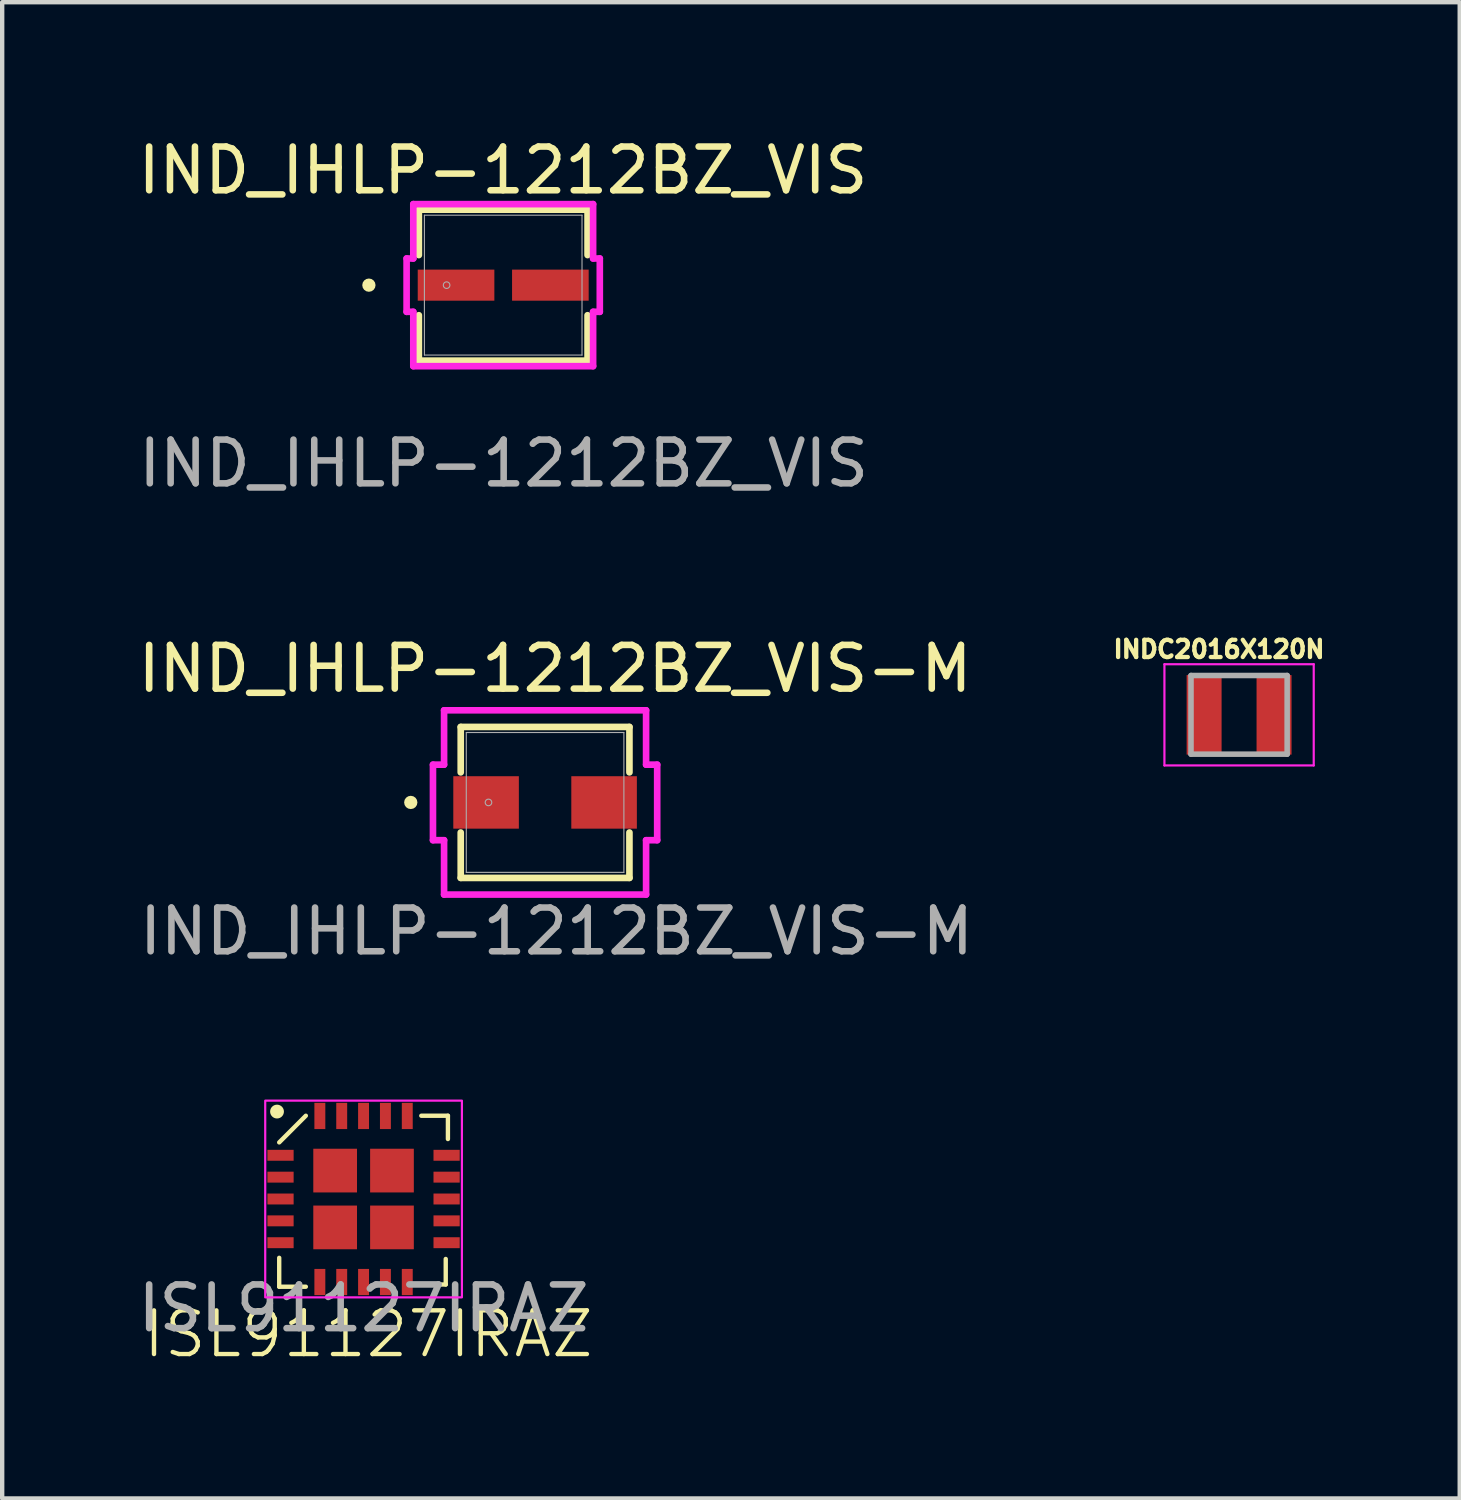
<source format=kicad_pcb>
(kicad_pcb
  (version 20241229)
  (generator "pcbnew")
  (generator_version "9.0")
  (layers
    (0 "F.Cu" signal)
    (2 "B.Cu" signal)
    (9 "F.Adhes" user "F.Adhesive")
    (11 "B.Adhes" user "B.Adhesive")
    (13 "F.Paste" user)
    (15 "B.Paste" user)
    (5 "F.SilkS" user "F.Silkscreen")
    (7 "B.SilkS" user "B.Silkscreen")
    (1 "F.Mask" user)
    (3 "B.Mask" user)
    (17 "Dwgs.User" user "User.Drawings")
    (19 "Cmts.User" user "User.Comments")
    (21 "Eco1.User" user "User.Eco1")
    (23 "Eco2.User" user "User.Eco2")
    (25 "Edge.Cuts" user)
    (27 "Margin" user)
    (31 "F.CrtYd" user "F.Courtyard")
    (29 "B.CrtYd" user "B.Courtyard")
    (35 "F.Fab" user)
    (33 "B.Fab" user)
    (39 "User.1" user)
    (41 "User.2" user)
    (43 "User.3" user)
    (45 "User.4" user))
  (footprint "ISL91127IRAZ"
    (layer "F.Cu")
    (at 5.268 24.382)
    (property "Reference" "ISL91127IRAZ" (at 0.11 3.09 0) (unlocked yes) (layer "F.SilkS") (effects (font (size 1 1) (thickness 0.1))))
    (attr smd)
    (fp_rect (start -1.3 -1.3) (end 1.3 1.3) (stroke (width 0.1) (type solid)) (fill yes) (layer "F.Mask"))
    (fp_line (start -1.93 -1.295) (end -1.321 -1.905) (stroke (width 0.1) (type solid)) (layer "F.SilkS"))
    (fp_line (start -1.93 1.346) (end -1.93 2.007) (stroke (width 0.1) (type solid)) (layer "F.SilkS"))
    (fp_line (start -1.93 2.007) (end -1.321 2.007) (stroke (width 0.1) (type solid)) (layer "F.SilkS"))
    (fp_line (start 1.295 1.956) (end 1.88 1.956) (stroke (width 0.1) (type solid)) (layer "F.SilkS"))
    (fp_line (start 1.321 -1.905) (end 1.93 -1.905) (stroke (width 0.1) (type solid)) (layer "F.SilkS"))
    (fp_line (start 1.88 1.956) (end 1.88 1.372) (stroke (width 0.1) (type solid)) (layer "F.SilkS"))
    (fp_line (start 1.93 -1.905) (end 1.93 -1.372) (stroke (width 0.1) (type solid)) (layer "F.SilkS"))
    (fp_circle (center -1.98 -2) (end -1.872 -2) (stroke (width 0.1) (type solid)) (fill yes) (layer "F.SilkS"))
    (fp_rect (start -2.25 -2.25) (end 2.25 2.25) (stroke (width 0.05) (type default)) (fill no) (layer "F.CrtYd"))
    (fp_text user "${REFERENCE}" (at 0 2.5 0) (unlocked yes) (layer "F.Fab") (effects (font (size 1 1) (thickness 0.15))))
    (pad "1" smd rect (at -1.9 -1) (size 0.6 0.25) (layers "F.Cu" "F.Mask" "F.Paste"))
    (pad "2" smd rect (at -1.9 -0.5) (size 0.6 0.25) (layers "F.Cu" "F.Mask" "F.Paste"))
    (pad "3" smd rect (at -1.9 0) (size 0.6 0.25) (layers "F.Cu" "F.Mask" "F.Paste"))
    (pad "4" smd rect (at -1.9 0.5) (size 0.6 0.25) (layers "F.Cu" "F.Mask" "F.Paste"))
    (pad "5" smd rect (at -1.9 1) (size 0.6 0.25) (layers "F.Cu" "F.Mask" "F.Paste"))
    (pad "6" smd rect (at -1 1.9 90) (size 0.6 0.25) (layers "F.Cu" "F.Mask" "F.Paste"))
    (pad "7" smd rect (at -0.5 1.9 90) (size 0.6 0.25) (layers "F.Cu" "F.Mask" "F.Paste"))
    (pad "8" smd rect (at 0 1.9 90) (size 0.6 0.25) (layers "F.Cu" "F.Mask" "F.Paste"))
    (pad "9" smd rect (at 0.5 1.9 90) (size 0.6 0.25) (layers "F.Cu" "F.Mask" "F.Paste"))
    (pad "10" smd rect (at 1 1.9 90) (size 0.6 0.25) (layers "F.Cu" "F.Mask" "F.Paste"))
    (pad "11" smd rect (at 1.9 1) (size 0.6 0.25) (layers "F.Cu" "F.Mask" "F.Paste"))
    (pad "12" smd rect (at 1.9 0.5) (size 0.6 0.25) (layers "F.Cu" "F.Mask" "F.Paste"))
    (pad "13" smd rect (at 1.9 0) (size 0.6 0.25) (layers "F.Cu" "F.Mask" "F.Paste"))
    (pad "14" smd rect (at 1.9 -0.5) (size 0.6 0.25) (layers "F.Cu" "F.Mask" "F.Paste"))
    (pad "15" smd rect (at 1.9 -1) (size 0.6 0.25) (layers "F.Cu" "F.Mask" "F.Paste"))
    (pad "16" smd rect (at 1 -1.9 90) (size 0.6 0.25) (layers "F.Cu" "F.Mask" "F.Paste"))
    (pad "17" smd rect (at 0.5 -1.9 90) (size 0.6 0.25) (layers "F.Cu" "F.Mask" "F.Paste"))
    (pad "18" smd rect (at 0 -1.9 90) (size 0.6 0.25) (layers "F.Cu" "F.Mask" "F.Paste"))
    (pad "19" smd rect (at -0.5 -1.9 90) (size 0.6 0.25) (layers "F.Cu" "F.Mask" "F.Paste"))
    (pad "20" smd rect (at -1 -1.9 90) (size 0.6 0.25) (layers "F.Cu" "F.Mask" "F.Paste"))
    (pad "21" smd rect (at -0.65 -0.65) (size 1 1) (property pad_prop_heatsink) (layers "F.Cu" "F.Mask" "F.Paste"))
    (pad "21" smd rect (at -0.65 0.65) (size 1 1) (property pad_prop_heatsink) (layers "F.Cu" "F.Mask" "F.Paste"))
    (pad "21" smd rect (at 0.65 -0.65) (size 1 1) (property pad_prop_heatsink) (layers "F.Cu" "F.Mask" "F.Paste"))
    (pad "21" smd rect (at 0.65 0.65) (size 1 1) (property pad_prop_heatsink) (layers "F.Cu" "F.Mask" "F.Paste")))
  (footprint "IND_IHLP-1212BZ_VIS"
    (layer "F.Cu")
    (at 8.463 3.474)
    (property "Reference" "IND_IHLP-1212BZ_VIS" (at -0.005 -2.626 0) (unlocked yes) (layer "F.SilkS") (effects (font (size 1 1) (thickness 0.15))))
    (attr smd)
    (fp_line (start -1.93 -1.727) (end -1.93 -0.688) (stroke (width 0.152) (type solid)) (layer "F.SilkS"))
    (fp_line (start -1.93 0.688) (end -1.93 1.727) (stroke (width 0.152) (type solid)) (layer "F.SilkS"))
    (fp_line (start -1.93 1.727) (end 1.93 1.727) (stroke (width 0.152) (type solid)) (layer "F.SilkS"))
    (fp_line (start 1.93 -1.727) (end -1.93 -1.727) (stroke (width 0.152) (type solid)) (layer "F.SilkS"))
    (fp_line (start 1.93 -0.688) (end 1.93 -1.727) (stroke (width 0.152) (type solid)) (layer "F.SilkS"))
    (fp_line (start 1.93 1.727) (end 1.93 0.688) (stroke (width 0.152) (type solid)) (layer "F.SilkS"))
    (fp_circle (center -3.073 0) (end -2.997 0) (stroke (width 0.152) (type solid)) (fill no) (layer "F.SilkS"))
    (fp_line (start -2.21 -0.61) (end -2.057 -0.61) (stroke (width 0.152) (type solid)) (layer "F.CrtYd"))
    (fp_line (start -2.21 0.61) (end -2.21 -0.61) (stroke (width 0.152) (type solid)) (layer "F.CrtYd"))
    (fp_line (start -2.057 -1.854) (end 2.057 -1.854) (stroke (width 0.152) (type solid)) (layer "F.CrtYd"))
    (fp_line (start -2.057 -0.61) (end -2.057 -1.854) (stroke (width 0.152) (type solid)) (layer "F.CrtYd"))
    (fp_line (start -2.057 0.61) (end -2.21 0.61) (stroke (width 0.152) (type solid)) (layer "F.CrtYd"))
    (fp_line (start -2.057 1.854) (end -2.057 0.61) (stroke (width 0.152) (type solid)) (layer "F.CrtYd"))
    (fp_line (start 2.057 -1.854) (end 2.057 -0.61) (stroke (width 0.152) (type solid)) (layer "F.CrtYd"))
    (fp_line (start 2.057 -0.61) (end 2.21 -0.61) (stroke (width 0.152) (type solid)) (layer "F.CrtYd"))
    (fp_line (start 2.057 0.61) (end 2.057 1.854) (stroke (width 0.152) (type solid)) (layer "F.CrtYd"))
    (fp_line (start 2.057 1.854) (end -2.057 1.854) (stroke (width 0.152) (type solid)) (layer "F.CrtYd"))
    (fp_line (start 2.21 -0.61) (end 2.21 0.61) (stroke (width 0.152) (type solid)) (layer "F.CrtYd"))
    (fp_line (start 2.21 0.61) (end 2.057 0.61) (stroke (width 0.152) (type solid)) (layer "F.CrtYd"))
    (fp_line (start -1.803 -1.6) (end -1.803 1.6) (stroke (width 0.025) (type solid)) (layer "F.Fab"))
    (fp_line (start -1.803 1.6) (end 1.803 1.6) (stroke (width 0.025) (type solid)) (layer "F.Fab"))
    (fp_line (start 1.803 -1.6) (end -1.803 -1.6) (stroke (width 0.025) (type solid)) (layer "F.Fab"))
    (fp_line (start 1.803 1.6) (end 1.803 -1.6) (stroke (width 0.025) (type solid)) (layer "F.Fab"))
    (fp_circle (center -1.295 0) (end -1.219 0) (stroke (width 0.025) (type solid)) (fill no) (layer "F.Fab"))
    (fp_text user "${REFERENCE}" (at 0.01 4.079 0) (unlocked yes) (layer "F.Fab") (effects (font (size 1 1) (thickness 0.15))))
    (pad "1" smd rect (at -1.079 0 90) (size 0.711 1.753) (layers "F.Cu" "F.Mask" "F.Paste"))
    (pad "2" smd rect (at 1.079 0 90) (size 0.711 1.753) (layers "F.Cu" "F.Mask" "F.Paste"))
    (zone (net_name "") (layer "F.Cu") (hatch full 0.508) (connect_pads) (min_thickness 0.254) (filled_areas_thickness no) (keepout (tracks not_allowed) (vias not_allowed) (pads allowed) (copperpour not_allowed) (footprints allowed)) (placement (enabled no)) (fill) (polygon (pts (xy 6.711 1.925) (xy 10.216 1.925) (xy 10.216 3.068) (xy 6.711 3.068))))
    (zone (net_name "") (layer "F.Cu") (hatch full 0.508) (connect_pads) (min_thickness 0.254) (filled_areas_thickness no) (keepout (tracks not_allowed) (vias not_allowed) (pads allowed) (copperpour not_allowed) (footprints allowed)) (placement (enabled no)) (fill) (polygon (pts (xy 6.711 3.881) (xy 10.216 3.881) (xy 10.216 5.024) (xy 6.711 5.024))))
    (zone (net_name "") (layer "F.Cu") (hatch full 0.508) (connect_pads) (min_thickness 0.254) (filled_areas_thickness no) (keepout (tracks not_allowed) (vias not_allowed) (pads allowed) (copperpour not_allowed) (footprints allowed)) (placement (enabled no)) (fill) (polygon (pts (xy 8.311 3.068) (xy 8.616 3.068) (xy 8.616 3.881) (xy 8.311 3.881)))))
  (footprint "INDC2016X120N"
    (layer "F.Cu")
    (at 25.299 13.305)
    (property "Reference" "INDC2016X120N" (at -0.46 -1.5 0) (layer "F.SilkS") (effects (font (size 0.394 0.394) (thickness 0.15))))
    (attr smd)
    (fp_line (start -1.708 -1.158) (end 1.708 -1.158) (stroke (width 0.05) (type solid)) (layer "F.CrtYd"))
    (fp_line (start -1.708 1.158) (end -1.708 -1.158) (stroke (width 0.05) (type solid)) (layer "F.CrtYd"))
    (fp_line (start -1.708 1.158) (end 1.708 1.158) (stroke (width 0.05) (type solid)) (layer "F.CrtYd"))
    (fp_line (start 1.708 1.158) (end 1.708 -1.158) (stroke (width 0.05) (type solid)) (layer "F.CrtYd"))
    (fp_line (start -1.1 0.9) (end -1.1 -0.9) (stroke (width 0.127) (type solid)) (layer "F.Fab"))
    (fp_line (start 1.1 -0.9) (end -1.1 -0.9) (stroke (width 0.127) (type solid)) (layer "F.Fab"))
    (fp_line (start 1.1 0.9) (end -1.1 0.9) (stroke (width 0.127) (type solid)) (layer "F.Fab"))
    (fp_line (start 1.1 0.9) (end 1.1 -0.9) (stroke (width 0.127) (type solid)) (layer "F.Fab"))
    (pad "1" smd rect (at -0.8 0) (size 0.8 1.82) (layers "F.Cu" "F.Mask" "F.Paste"))
    (pad "2" smd rect (at 0.8 0) (size 0.8 1.82) (layers "F.Cu" "F.Mask" "F.Paste")))
  (footprint "IND_IHLP-1212BZ_VIS-M"
    (layer "F.Cu")
    (at 9.421 15.309)
    (property "Reference" "IND_IHLP-1212BZ_VIS-M" (at 0.228 -3.059 0) (unlocked yes) (layer "F.SilkS") (effects (font (size 1 1) (thickness 0.15))))
    (attr smd)
    (fp_line (start -1.93 -1.727) (end -1.93 -0.688) (stroke (width 0.152) (type solid)) (layer "F.SilkS"))
    (fp_line (start -1.93 0.688) (end -1.93 1.727) (stroke (width 0.152) (type solid)) (layer "F.SilkS"))
    (fp_line (start -1.93 1.727) (end 1.93 1.727) (stroke (width 0.152) (type solid)) (layer "F.SilkS"))
    (fp_line (start 1.93 -1.727) (end -1.93 -1.727) (stroke (width 0.152) (type solid)) (layer "F.SilkS"))
    (fp_line (start 1.93 -0.688) (end 1.93 -1.727) (stroke (width 0.152) (type solid)) (layer "F.SilkS"))
    (fp_line (start 1.93 1.727) (end 1.93 0.688) (stroke (width 0.152) (type solid)) (layer "F.SilkS"))
    (fp_circle (center -3.073 0) (end -2.997 0) (stroke (width 0.152) (type solid)) (fill no) (layer "F.SilkS"))
    (fp_line (start -2.565 -0.864) (end -2.311 -0.864) (stroke (width 0.152) (type solid)) (layer "F.CrtYd"))
    (fp_line (start -2.565 0.864) (end -2.565 -0.864) (stroke (width 0.152) (type solid)) (layer "F.CrtYd"))
    (fp_line (start -2.311 -2.108) (end 2.311 -2.108) (stroke (width 0.152) (type solid)) (layer "F.CrtYd"))
    (fp_line (start -2.311 -0.864) (end -2.311 -2.108) (stroke (width 0.152) (type solid)) (layer "F.CrtYd"))
    (fp_line (start -2.311 0.864) (end -2.565 0.864) (stroke (width 0.152) (type solid)) (layer "F.CrtYd"))
    (fp_line (start -2.311 2.108) (end -2.311 0.864) (stroke (width 0.152) (type solid)) (layer "F.CrtYd"))
    (fp_line (start 2.311 -2.108) (end 2.311 -0.864) (stroke (width 0.152) (type solid)) (layer "F.CrtYd"))
    (fp_line (start 2.311 -0.864) (end 2.565 -0.864) (stroke (width 0.152) (type solid)) (layer "F.CrtYd"))
    (fp_line (start 2.311 0.864) (end 2.311 2.108) (stroke (width 0.152) (type solid)) (layer "F.CrtYd"))
    (fp_line (start 2.311 2.108) (end -2.311 2.108) (stroke (width 0.152) (type solid)) (layer "F.CrtYd"))
    (fp_line (start 2.565 -0.864) (end 2.565 0.864) (stroke (width 0.152) (type solid)) (layer "F.CrtYd"))
    (fp_line (start 2.565 0.864) (end 2.311 0.864) (stroke (width 0.152) (type solid)) (layer "F.CrtYd"))
    (fp_line (start -1.803 -1.6) (end -1.803 1.6) (stroke (width 0.025) (type solid)) (layer "F.Fab"))
    (fp_line (start -1.803 1.6) (end 1.803 1.6) (stroke (width 0.025) (type solid)) (layer "F.Fab"))
    (fp_line (start 1.803 -1.6) (end -1.803 -1.6) (stroke (width 0.025) (type solid)) (layer "F.Fab"))
    (fp_line (start 1.803 1.6) (end 1.803 -1.6) (stroke (width 0.025) (type solid)) (layer "F.Fab"))
    (fp_circle (center -1.295 0) (end -1.219 0) (stroke (width 0.025) (type solid)) (fill no) (layer "F.Fab"))
    (fp_text user "${REFERENCE}" (at 0.261 2.95 0) (unlocked yes) (layer "F.Fab") (effects (font (size 1 1) (thickness 0.15))))
    (pad "1" smd rect (at -2.1 0 90) (size 1.2 1.5) (drill (offset 0 0.75)) (layers "F.Cu" "F.Mask" "F.Paste"))
    (pad "2" smd rect (at 2.1 0 90) (size 1.2 1.5) (drill (offset 0 -0.75)) (layers "F.Cu" "F.Mask" "F.Paste"))
    (zone (net_name "") (layer "F.Cu") (hatch full 0.508) (connect_pads) (min_thickness 0.254) (filled_areas_thickness no) (keepout (tracks not_allowed) (vias not_allowed) (pads allowed) (copperpour not_allowed) (footprints allowed)) (placement (enabled no)) (fill) (polygon (pts (xy 7.668 13.759) (xy 11.173 13.759) (xy 11.171 14.671) (xy 7.666 14.671))))
    (zone (net_name "") (layer "F.Cu") (hatch full 0.508) (connect_pads) (min_thickness 0.254) (filled_areas_thickness no) (keepout (tracks not_allowed) (vias not_allowed) (pads allowed) (copperpour not_allowed) (footprints allowed)) (placement (enabled no)) (fill) (polygon (pts (xy 7.671 15.946) (xy 11.176 15.946) (xy 11.173 16.858) (xy 7.668 16.858))))
    (zone (net_name "") (layer "F.Cu") (hatch full 0.508) (connect_pads) (min_thickness 0.254) (filled_areas_thickness no) (keepout (tracks not_allowed) (vias not_allowed) (pads allowed) (copperpour not_allowed) (footprints allowed)) (placement (enabled no)) (fill) (polygon (pts (xy 9.992 14.637) (xy 8.846 14.637) (xy 8.851 16.074) (xy 9.997 16.074)))))
  (gr_rect
    (start -3 -3)
    (end 30.347 31.233)
    (stroke (width 0.1) (type default))
    (fill no)
    (layer "Edge.Cuts")))
</source>
